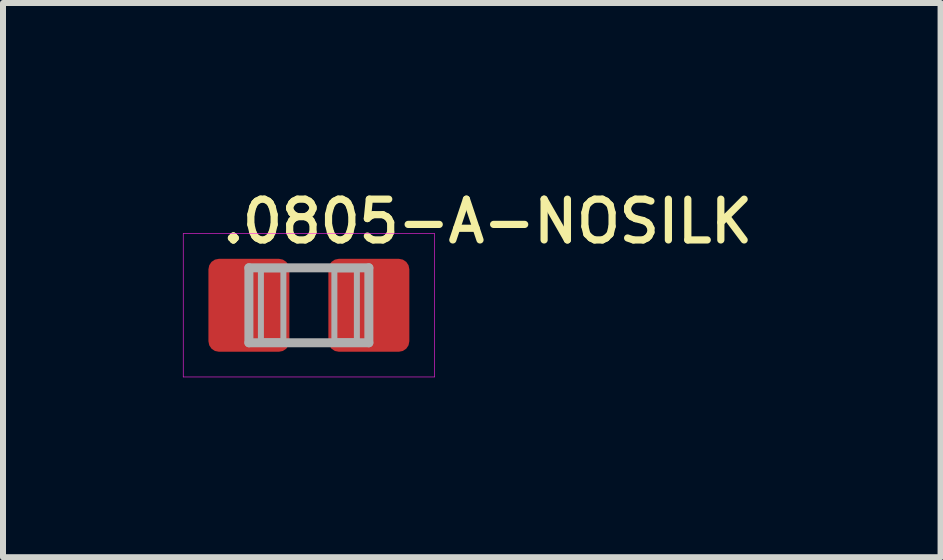
<source format=kicad_pcb>
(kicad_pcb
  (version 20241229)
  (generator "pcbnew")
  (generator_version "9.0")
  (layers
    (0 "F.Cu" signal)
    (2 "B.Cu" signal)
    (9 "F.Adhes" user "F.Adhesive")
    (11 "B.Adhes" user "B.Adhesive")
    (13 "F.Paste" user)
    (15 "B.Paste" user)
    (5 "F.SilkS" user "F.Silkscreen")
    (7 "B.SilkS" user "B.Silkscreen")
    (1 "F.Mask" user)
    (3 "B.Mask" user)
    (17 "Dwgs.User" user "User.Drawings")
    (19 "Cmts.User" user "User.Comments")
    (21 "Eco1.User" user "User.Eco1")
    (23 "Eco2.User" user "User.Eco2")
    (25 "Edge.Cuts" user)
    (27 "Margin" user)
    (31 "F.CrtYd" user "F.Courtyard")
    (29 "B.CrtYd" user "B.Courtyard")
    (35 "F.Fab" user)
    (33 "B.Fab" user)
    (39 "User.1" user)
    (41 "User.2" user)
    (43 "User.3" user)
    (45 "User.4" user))
  (footprint ".0805-A-NOSILK"
    (layer "F.Cu")
    (at 2.1 2.04)
    (property "Reference" ".0805-A-NOSILK" (at -1.5 -1 0) (unlocked yes) (layer "F.SilkS") (effects (font (size 0.68 0.68) (thickness 0.12)) (justify left bottom)))
    (fp_poly (pts (xy -0.26 0.84) (xy -1.74 0.84) (xy -1.74 -0.84) (xy -0.26 -0.84)) (stroke (width 0) (type default)) (fill yes) (layer "F.Mask"))
    (fp_poly (pts (xy 1.74 0.84) (xy 0.26 0.84) (xy 0.26 -0.84) (xy 1.74 -0.84)) (stroke (width 0) (type default)) (fill yes) (layer "F.Mask"))
    (fp_line (start -2.095 -1.195) (end -2.095 1.195) (stroke (width 0.01) (type solid)) (layer "F.CrtYd"))
    (fp_line (start -2.095 1.195) (end 2.095 1.195) (stroke (width 0.01) (type solid)) (layer "F.CrtYd"))
    (fp_line (start 2.095 -1.195) (end -2.095 -1.195) (stroke (width 0.01) (type solid)) (layer "F.CrtYd"))
    (fp_line (start 2.095 1.195) (end 2.095 -1.195) (stroke (width 0.01) (type solid)) (layer "F.CrtYd"))
    (fp_line (start -1 -0.625) (end 1 -0.625) (stroke (width 0.15) (type solid)) (layer "F.Fab"))
    (fp_line (start -1 0.625) (end -1 -0.625) (stroke (width 0.15) (type solid)) (layer "F.Fab"))
    (fp_line (start 1 -0.625) (end 1 0.625) (stroke (width 0.15) (type solid)) (layer "F.Fab"))
    (fp_line (start 1 0.625) (end -1 0.625) (stroke (width 0.15) (type solid)) (layer "F.Fab"))
    (fp_poly (pts (xy -0.8 0.6) (xy -0.425 0.6) (xy -0.425 -0.6) (xy -0.8 -0.6)) (stroke (width 0.1) (type default)) (fill no) (layer "F.Fab"))
    (fp_poly (pts (xy 0.425 0.6) (xy 0.8 0.6) (xy 0.8 -0.6) (xy 0.425 -0.6)) (stroke (width 0.1) (type default)) (fill no) (layer "F.Fab"))
    (pad "1" smd roundrect (at -1 0) (size 1.35 1.55) (layers "F.Cu" "F.Paste") (roundrect_rratio 0.13))
    (pad "2" smd roundrect (at 1 0) (size 1.35 1.55) (layers "F.Cu" "F.Paste") (roundrect_rratio 0.13)))
  (gr_rect
    (start -3 -3)
    (end 12.632 6.24)
    (stroke (width 0.1) (type default))
    (fill no)
    (layer "Edge.Cuts")))
</source>
